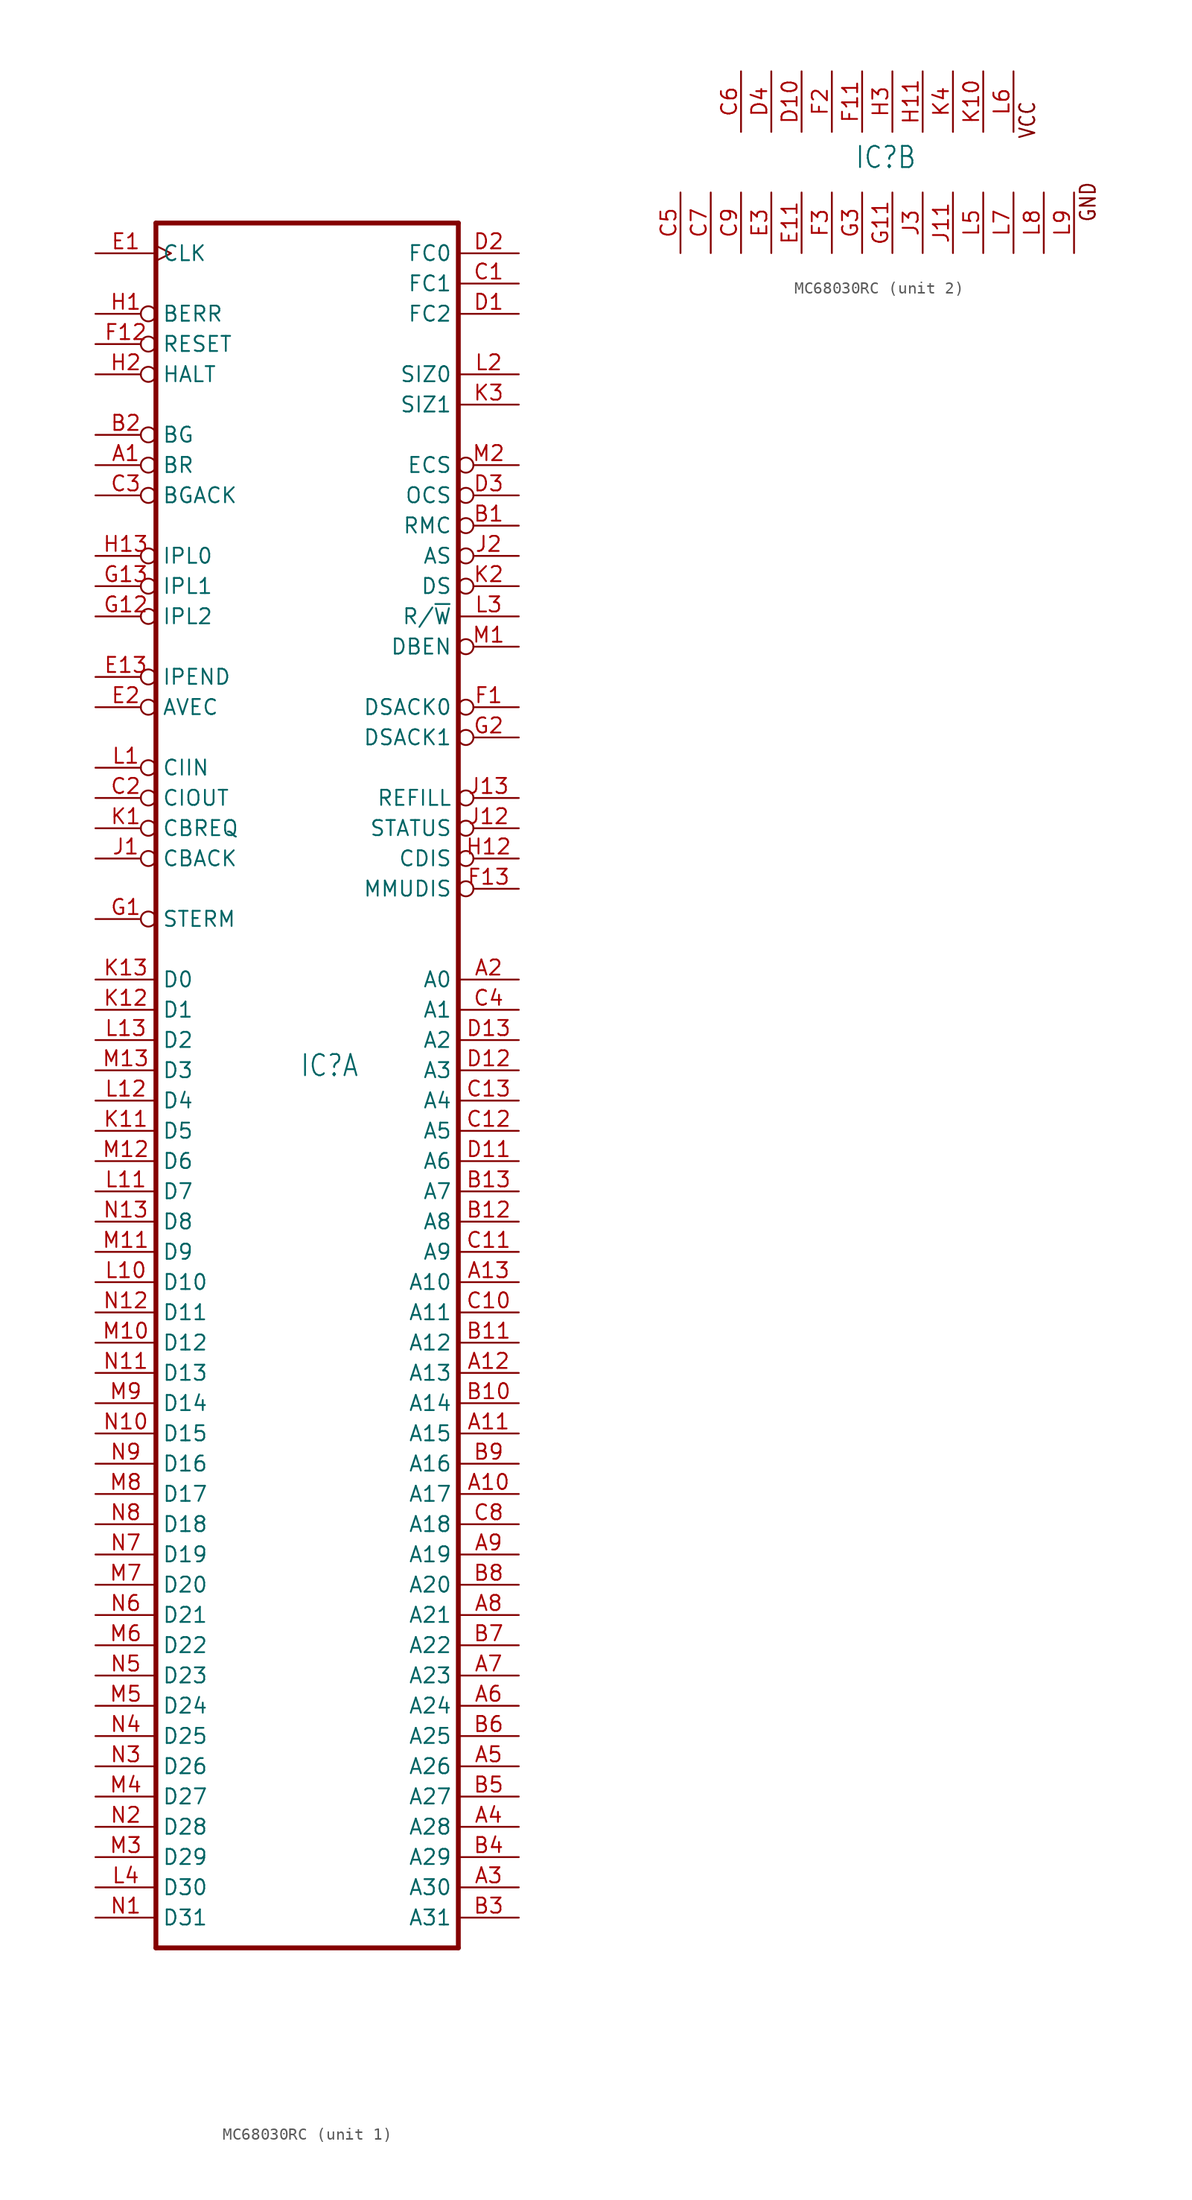
<source format=kicad_sym>
(kicad_symbol_lib
  (version 20231120)
  (generator "kicad_symbol_editor")
  (generator_version "8.0")
  (symbol "MC68030RC"
    (property "Reference" "IC"
      (at -0.635 -0.635 0)
      (effects (font (size 1.778 1.511)) (justify left bottom)))
    (property "ki_locked" ""
      (at 0 0 0)
      (effects (font (size 1.27 1.27))))
    (symbol "MC68030RC_1_0"
      (polyline (pts (xy -12.7 -73.66) (xy -12.7 71.12)) (stroke (width 0.406) (type default)) (fill (type none)))
      (polyline (pts (xy -12.7 -73.66) (xy 12.7 -73.66)) (stroke (width 0.406) (type default)) (fill (type none)))
      (polyline (pts (xy 12.7 71.12) (xy -12.7 71.12)) (stroke (width 0.406) (type default)) (fill (type none)))
      (polyline (pts (xy 12.7 71.12) (xy 12.7 -73.66)) (stroke (width 0.406) (type default)) (fill (type none)))
      (pin input inverted (at -17.78 50.8 0) (length 5.08) (name "BR" (effects (font (size 1.27 1.27)))) (number "A1" (effects (font (size 1.27 1.27)))))
      (pin output line (at 17.78 -35.56 180) (length 5.08) (name "A17" (effects (font (size 1.27 1.27)))) (number "A10" (effects (font (size 1.27 1.27)))))
      (pin output line (at 17.78 -30.48 180) (length 5.08) (name "A15" (effects (font (size 1.27 1.27)))) (number "A11" (effects (font (size 1.27 1.27)))))
      (pin output line (at 17.78 -25.4 180) (length 5.08) (name "A13" (effects (font (size 1.27 1.27)))) (number "A12" (effects (font (size 1.27 1.27)))))
      (pin output line (at 17.78 -17.78 180) (length 5.08) (name "A10" (effects (font (size 1.27 1.27)))) (number "A13" (effects (font (size 1.27 1.27)))))
      (pin output line (at 17.78 7.62 180) (length 5.08) (name "A0" (effects (font (size 1.27 1.27)))) (number "A2" (effects (font (size 1.27 1.27)))))
      (pin output line (at 17.78 -68.58 180) (length 5.08) (name "A30" (effects (font (size 1.27 1.27)))) (number "A3" (effects (font (size 1.27 1.27)))))
      (pin output line (at 17.78 -63.5 180) (length 5.08) (name "A28" (effects (font (size 1.27 1.27)))) (number "A4" (effects (font (size 1.27 1.27)))))
      (pin output line (at 17.78 -58.42 180) (length 5.08) (name "A26" (effects (font (size 1.27 1.27)))) (number "A5" (effects (font (size 1.27 1.27)))))
      (pin output line (at 17.78 -53.34 180) (length 5.08) (name "A24" (effects (font (size 1.27 1.27)))) (number "A6" (effects (font (size 1.27 1.27)))))
      (pin output line (at 17.78 -50.8 180) (length 5.08) (name "A23" (effects (font (size 1.27 1.27)))) (number "A7" (effects (font (size 1.27 1.27)))))
      (pin output line (at 17.78 -45.72 180) (length 5.08) (name "A21" (effects (font (size 1.27 1.27)))) (number "A8" (effects (font (size 1.27 1.27)))))
      (pin output line (at 17.78 -40.64 180) (length 5.08) (name "A19" (effects (font (size 1.27 1.27)))) (number "A9" (effects (font (size 1.27 1.27)))))
      (pin output inverted (at 17.78 45.72 180) (length 5.08) (name "RMC" (effects (font (size 1.27 1.27)))) (number "B1" (effects (font (size 1.27 1.27)))))
      (pin output line (at 17.78 -27.94 180) (length 5.08) (name "A14" (effects (font (size 1.27 1.27)))) (number "B10" (effects (font (size 1.27 1.27)))))
      (pin output line (at 17.78 -22.86 180) (length 5.08) (name "A12" (effects (font (size 1.27 1.27)))) (number "B11" (effects (font (size 1.27 1.27)))))
      (pin output line (at 17.78 -12.7 180) (length 5.08) (name "A8" (effects (font (size 1.27 1.27)))) (number "B12" (effects (font (size 1.27 1.27)))))
      (pin output line (at 17.78 -10.16 180) (length 5.08) (name "A7" (effects (font (size 1.27 1.27)))) (number "B13" (effects (font (size 1.27 1.27)))))
      (pin output inverted (at -17.78 53.34 0) (length 5.08) (name "BG" (effects (font (size 1.27 1.27)))) (number "B2" (effects (font (size 1.27 1.27)))))
      (pin output line (at 17.78 -71.12 180) (length 5.08) (name "A31" (effects (font (size 1.27 1.27)))) (number "B3" (effects (font (size 1.27 1.27)))))
      (pin output line (at 17.78 -66.04 180) (length 5.08) (name "A29" (effects (font (size 1.27 1.27)))) (number "B4" (effects (font (size 1.27 1.27)))))
      (pin output line (at 17.78 -60.96 180) (length 5.08) (name "A27" (effects (font (size 1.27 1.27)))) (number "B5" (effects (font (size 1.27 1.27)))))
      (pin output line (at 17.78 -55.88 180) (length 5.08) (name "A25" (effects (font (size 1.27 1.27)))) (number "B6" (effects (font (size 1.27 1.27)))))
      (pin output line (at 17.78 -48.26 180) (length 5.08) (name "A22" (effects (font (size 1.27 1.27)))) (number "B7" (effects (font (size 1.27 1.27)))))
      (pin output line (at 17.78 -43.18 180) (length 5.08) (name "A20" (effects (font (size 1.27 1.27)))) (number "B8" (effects (font (size 1.27 1.27)))))
      (pin output line (at 17.78 -33.02 180) (length 5.08) (name "A16" (effects (font (size 1.27 1.27)))) (number "B9" (effects (font (size 1.27 1.27)))))
      (pin output line (at 17.78 66.04 180) (length 5.08) (name "FC1" (effects (font (size 1.27 1.27)))) (number "C1" (effects (font (size 1.27 1.27)))))
      (pin output line (at 17.78 -20.32 180) (length 5.08) (name "A11" (effects (font (size 1.27 1.27)))) (number "C10" (effects (font (size 1.27 1.27)))))
      (pin output line (at 17.78 -15.24 180) (length 5.08) (name "A9" (effects (font (size 1.27 1.27)))) (number "C11" (effects (font (size 1.27 1.27)))))
      (pin output line (at 17.78 -5.08 180) (length 5.08) (name "A5" (effects (font (size 1.27 1.27)))) (number "C12" (effects (font (size 1.27 1.27)))))
      (pin output line (at 17.78 -2.54 180) (length 5.08) (name "A4" (effects (font (size 1.27 1.27)))) (number "C13" (effects (font (size 1.27 1.27)))))
      (pin output inverted (at -17.78 22.86 0) (length 5.08) (name "CIOUT" (effects (font (size 1.27 1.27)))) (number "C2" (effects (font (size 1.27 1.27)))))
      (pin input inverted (at -17.78 48.26 0) (length 5.08) (name "BGACK" (effects (font (size 1.27 1.27)))) (number "C3" (effects (font (size 1.27 1.27)))))
      (pin output line (at 17.78 5.08 180) (length 5.08) (name "A1" (effects (font (size 1.27 1.27)))) (number "C4" (effects (font (size 1.27 1.27)))))
      (pin output line (at 17.78 -38.1 180) (length 5.08) (name "A18" (effects (font (size 1.27 1.27)))) (number "C8" (effects (font (size 1.27 1.27)))))
      (pin output line (at 17.78 63.5 180) (length 5.08) (name "FC2" (effects (font (size 1.27 1.27)))) (number "D1" (effects (font (size 1.27 1.27)))))
      (pin output line (at 17.78 -7.62 180) (length 5.08) (name "A6" (effects (font (size 1.27 1.27)))) (number "D11" (effects (font (size 1.27 1.27)))))
      (pin output line (at 17.78 0 180) (length 5.08) (name "A3" (effects (font (size 1.27 1.27)))) (number "D12" (effects (font (size 1.27 1.27)))))
      (pin output line (at 17.78 2.54 180) (length 5.08) (name "A2" (effects (font (size 1.27 1.27)))) (number "D13" (effects (font (size 1.27 1.27)))))
      (pin output line (at 17.78 68.58 180) (length 5.08) (name "FC0" (effects (font (size 1.27 1.27)))) (number "D2" (effects (font (size 1.27 1.27)))))
      (pin output inverted (at 17.78 48.26 180) (length 5.08) (name "OCS" (effects (font (size 1.27 1.27)))) (number "D3" (effects (font (size 1.27 1.27)))))
      (pin no_connect line (at 17.78 11.43 180) (length 5.08) hide (name "NC" (effects (font (size 1.27 1.27)))) (number "D5" (effects (font (size 1.27 1.27)))))
      (pin input clock (at -17.78 68.58 0) (length 5.08) (name "CLK" (effects (font (size 1.27 1.27)))) (number "E1" (effects (font (size 1.27 1.27)))))
      (pin no_connect line (at 17.78 11.43 180) (length 5.08) hide (name "NC" (effects (font (size 1.27 1.27)))) (number "E12" (effects (font (size 1.27 1.27)))))
      (pin output inverted (at -17.78 33.02 0) (length 5.08) (name "IPEND" (effects (font (size 1.27 1.27)))) (number "E13" (effects (font (size 1.27 1.27)))))
      (pin input inverted (at -17.78 30.48 0) (length 5.08) (name "AVEC" (effects (font (size 1.27 1.27)))) (number "E2" (effects (font (size 1.27 1.27)))))
      (pin input inverted (at 17.78 30.48 180) (length 5.08) (name "DSACK0" (effects (font (size 1.27 1.27)))) (number "F1" (effects (font (size 1.27 1.27)))))
      (pin no_connect line (at 17.78 11.43 180) (length 5.08) hide (name "NC" (effects (font (size 1.27 1.27)))) (number "F10" (effects (font (size 1.27 1.27)))))
      (pin bidirectional inverted (at -17.78 60.96 0) (length 5.08) (name "RESET" (effects (font (size 1.27 1.27)))) (number "F12" (effects (font (size 1.27 1.27)))))
      (pin input inverted (at 17.78 15.24 180) (length 5.08) (name "MMUDIS" (effects (font (size 1.27 1.27)))) (number "F13" (effects (font (size 1.27 1.27)))))
      (pin no_connect line (at 17.78 11.43 180) (length 5.08) hide (name "NC" (effects (font (size 1.27 1.27)))) (number "F4" (effects (font (size 1.27 1.27)))))
      (pin input inverted (at -17.78 12.7 0) (length 5.08) (name "STERM" (effects (font (size 1.27 1.27)))) (number "G1" (effects (font (size 1.27 1.27)))))
      (pin input inverted (at -17.78 38.1 0) (length 5.08) (name "IPL2" (effects (font (size 1.27 1.27)))) (number "G12" (effects (font (size 1.27 1.27)))))
      (pin input inverted (at -17.78 40.64 0) (length 5.08) (name "IPL1" (effects (font (size 1.27 1.27)))) (number "G13" (effects (font (size 1.27 1.27)))))
      (pin input inverted (at 17.78 27.94 180) (length 5.08) (name "DSACK1" (effects (font (size 1.27 1.27)))) (number "G2" (effects (font (size 1.27 1.27)))))
      (pin input inverted (at -17.78 63.5 0) (length 5.08) (name "BERR" (effects (font (size 1.27 1.27)))) (number "H1" (effects (font (size 1.27 1.27)))))
      (pin input inverted (at 17.78 17.78 180) (length 5.08) (name "CDIS" (effects (font (size 1.27 1.27)))) (number "H12" (effects (font (size 1.27 1.27)))))
      (pin input inverted (at -17.78 43.18 0) (length 5.08) (name "IPL0" (effects (font (size 1.27 1.27)))) (number "H13" (effects (font (size 1.27 1.27)))))
      (pin input inverted (at -17.78 58.42 0) (length 5.08) (name "HALT" (effects (font (size 1.27 1.27)))) (number "H2" (effects (font (size 1.27 1.27)))))
      (pin input inverted (at -17.78 17.78 0) (length 5.08) (name "CBACK" (effects (font (size 1.27 1.27)))) (number "J1" (effects (font (size 1.27 1.27)))))
      (pin output inverted (at 17.78 20.32 180) (length 5.08) (name "STATUS" (effects (font (size 1.27 1.27)))) (number "J12" (effects (font (size 1.27 1.27)))))
      (pin output inverted (at 17.78 22.86 180) (length 5.08) (name "REFILL" (effects (font (size 1.27 1.27)))) (number "J13" (effects (font (size 1.27 1.27)))))
      (pin output inverted (at 17.78 43.18 180) (length 5.08) (name "AS" (effects (font (size 1.27 1.27)))) (number "J2" (effects (font (size 1.27 1.27)))))
      (pin output inverted (at -17.78 20.32 0) (length 5.08) (name "CBREQ" (effects (font (size 1.27 1.27)))) (number "K1" (effects (font (size 1.27 1.27)))))
      (pin bidirectional line (at -17.78 -5.08 0) (length 5.08) (name "D5" (effects (font (size 1.27 1.27)))) (number "K11" (effects (font (size 1.27 1.27)))))
      (pin bidirectional line (at -17.78 5.08 0) (length 5.08) (name "D1" (effects (font (size 1.27 1.27)))) (number "K12" (effects (font (size 1.27 1.27)))))
      (pin bidirectional line (at -17.78 7.62 0) (length 5.08) (name "D0" (effects (font (size 1.27 1.27)))) (number "K13" (effects (font (size 1.27 1.27)))))
      (pin output inverted (at 17.78 40.64 180) (length 5.08) (name "DS" (effects (font (size 1.27 1.27)))) (number "K2" (effects (font (size 1.27 1.27)))))
      (pin output line (at 17.78 55.88 180) (length 5.08) (name "SIZ1" (effects (font (size 1.27 1.27)))) (number "K3" (effects (font (size 1.27 1.27)))))
      (pin no_connect line (at 17.78 11.43 180) (length 5.08) hide (name "NC" (effects (font (size 1.27 1.27)))) (number "K5" (effects (font (size 1.27 1.27)))))
      (pin input inverted (at -17.78 25.4 0) (length 5.08) (name "CIIN" (effects (font (size 1.27 1.27)))) (number "L1" (effects (font (size 1.27 1.27)))))
      (pin bidirectional line (at -17.78 -17.78 0) (length 5.08) (name "D10" (effects (font (size 1.27 1.27)))) (number "L10" (effects (font (size 1.27 1.27)))))
      (pin bidirectional line (at -17.78 -10.16 0) (length 5.08) (name "D7" (effects (font (size 1.27 1.27)))) (number "L11" (effects (font (size 1.27 1.27)))))
      (pin bidirectional line (at -17.78 -2.54 0) (length 5.08) (name "D4" (effects (font (size 1.27 1.27)))) (number "L12" (effects (font (size 1.27 1.27)))))
      (pin bidirectional line (at -17.78 2.54 0) (length 5.08) (name "D2" (effects (font (size 1.27 1.27)))) (number "L13" (effects (font (size 1.27 1.27)))))
      (pin output line (at 17.78 58.42 180) (length 5.08) (name "SIZ0" (effects (font (size 1.27 1.27)))) (number "L2" (effects (font (size 1.27 1.27)))))
      (pin output line (at 17.78 38.1 180) (length 5.08) (name "R/~{W}" (effects (font (size 1.27 1.27)))) (number "L3" (effects (font (size 1.27 1.27)))))
      (pin bidirectional line (at -17.78 -68.58 0) (length 5.08) (name "D30" (effects (font (size 1.27 1.27)))) (number "L4" (effects (font (size 1.27 1.27)))))
      (pin output inverted (at 17.78 35.56 180) (length 5.08) (name "DBEN" (effects (font (size 1.27 1.27)))) (number "M1" (effects (font (size 1.27 1.27)))))
      (pin bidirectional line (at -17.78 -22.86 0) (length 5.08) (name "D12" (effects (font (size 1.27 1.27)))) (number "M10" (effects (font (size 1.27 1.27)))))
      (pin bidirectional line (at -17.78 -15.24 0) (length 5.08) (name "D9" (effects (font (size 1.27 1.27)))) (number "M11" (effects (font (size 1.27 1.27)))))
      (pin bidirectional line (at -17.78 -7.62 0) (length 5.08) (name "D6" (effects (font (size 1.27 1.27)))) (number "M12" (effects (font (size 1.27 1.27)))))
      (pin bidirectional line (at -17.78 0 0) (length 5.08) (name "D3" (effects (font (size 1.27 1.27)))) (number "M13" (effects (font (size 1.27 1.27)))))
      (pin output inverted (at 17.78 50.8 180) (length 5.08) (name "ECS" (effects (font (size 1.27 1.27)))) (number "M2" (effects (font (size 1.27 1.27)))))
      (pin bidirectional line (at -17.78 -66.04 0) (length 5.08) (name "D29" (effects (font (size 1.27 1.27)))) (number "M3" (effects (font (size 1.27 1.27)))))
      (pin bidirectional line (at -17.78 -60.96 0) (length 5.08) (name "D27" (effects (font (size 1.27 1.27)))) (number "M4" (effects (font (size 1.27 1.27)))))
      (pin bidirectional line (at -17.78 -53.34 0) (length 5.08) (name "D24" (effects (font (size 1.27 1.27)))) (number "M5" (effects (font (size 1.27 1.27)))))
      (pin bidirectional line (at -17.78 -48.26 0) (length 5.08) (name "D22" (effects (font (size 1.27 1.27)))) (number "M6" (effects (font (size 1.27 1.27)))))
      (pin bidirectional line (at -17.78 -43.18 0) (length 5.08) (name "D20" (effects (font (size 1.27 1.27)))) (number "M7" (effects (font (size 1.27 1.27)))))
      (pin bidirectional line (at -17.78 -35.56 0) (length 5.08) (name "D17" (effects (font (size 1.27 1.27)))) (number "M8" (effects (font (size 1.27 1.27)))))
      (pin bidirectional line (at -17.78 -27.94 0) (length 5.08) (name "D14" (effects (font (size 1.27 1.27)))) (number "M9" (effects (font (size 1.27 1.27)))))
      (pin bidirectional line (at -17.78 -71.12 0) (length 5.08) (name "D31" (effects (font (size 1.27 1.27)))) (number "N1" (effects (font (size 1.27 1.27)))))
      (pin bidirectional line (at -17.78 -30.48 0) (length 5.08) (name "D15" (effects (font (size 1.27 1.27)))) (number "N10" (effects (font (size 1.27 1.27)))))
      (pin bidirectional line (at -17.78 -25.4 0) (length 5.08) (name "D13" (effects (font (size 1.27 1.27)))) (number "N11" (effects (font (size 1.27 1.27)))))
      (pin bidirectional line (at -17.78 -20.32 0) (length 5.08) (name "D11" (effects (font (size 1.27 1.27)))) (number "N12" (effects (font (size 1.27 1.27)))))
      (pin bidirectional line (at -17.78 -12.7 0) (length 5.08) (name "D8" (effects (font (size 1.27 1.27)))) (number "N13" (effects (font (size 1.27 1.27)))))
      (pin bidirectional line (at -17.78 -63.5 0) (length 5.08) (name "D28" (effects (font (size 1.27 1.27)))) (number "N2" (effects (font (size 1.27 1.27)))))
      (pin bidirectional line (at -17.78 -58.42 0) (length 5.08) (name "D26" (effects (font (size 1.27 1.27)))) (number "N3" (effects (font (size 1.27 1.27)))))
      (pin bidirectional line (at -17.78 -55.88 0) (length 5.08) (name "D25" (effects (font (size 1.27 1.27)))) (number "N4" (effects (font (size 1.27 1.27)))))
      (pin bidirectional line (at -17.78 -50.8 0) (length 5.08) (name "D23" (effects (font (size 1.27 1.27)))) (number "N5" (effects (font (size 1.27 1.27)))))
      (pin bidirectional line (at -17.78 -45.72 0) (length 5.08) (name "D21" (effects (font (size 1.27 1.27)))) (number "N6" (effects (font (size 1.27 1.27)))))
      (pin bidirectional line (at -17.78 -40.64 0) (length 5.08) (name "D19" (effects (font (size 1.27 1.27)))) (number "N7" (effects (font (size 1.27 1.27)))))
      (pin bidirectional line (at -17.78 -38.1 0) (length 5.08) (name "D18" (effects (font (size 1.27 1.27)))) (number "N8" (effects (font (size 1.27 1.27)))))
      (pin bidirectional line (at -17.78 -33.02 0) (length 5.08) (name "D16" (effects (font (size 1.27 1.27)))) (number "N9" (effects (font (size 1.27 1.27))))))
    (symbol "MC68030RC_2_0"
      (text "GND" (at 19.685 -5.08 900) (effects (font (size 1.27 1.079)) (justify left bottom)))
      (text "VCC" (at 14.605 1.905 900) (effects (font (size 1.27 1.079)) (justify left bottom)))
      (pin power_in line (at -15.24 -7.62 90) (length 5.08) (name "GND@1" (effects (font (size 0 0)))) (number "C5" (effects (font (size 1.27 1.27)))))
      (pin power_in line (at -10.16 7.62 270) (length 5.08) (name "VCC@1" (effects (font (size 0 0)))) (number "C6" (effects (font (size 1.27 1.27)))))
      (pin power_in line (at -12.7 -7.62 90) (length 5.08) (name "GND@2" (effects (font (size 0 0)))) (number "C7" (effects (font (size 1.27 1.27)))))
      (pin power_in line (at -10.16 -7.62 90) (length 5.08) (name "GND@3" (effects (font (size 0 0)))) (number "C9" (effects (font (size 1.27 1.27)))))
      (pin power_in line (at -5.08 7.62 270) (length 5.08) (name "VCC@3" (effects (font (size 0 0)))) (number "D10" (effects (font (size 1.27 1.27)))))
      (pin power_in line (at -7.62 7.62 270) (length 5.08) (name "VCC@2" (effects (font (size 0 0)))) (number "D4" (effects (font (size 1.27 1.27)))))
      (pin power_in line (at -5.08 -7.62 90) (length 5.08) (name "GND@5" (effects (font (size 0 0)))) (number "E11" (effects (font (size 1.27 1.27)))))
      (pin power_in line (at -7.62 -7.62 90) (length 5.08) (name "GND@4" (effects (font (size 0 0)))) (number "E3" (effects (font (size 1.27 1.27)))))
      (pin power_in line (at 0 7.62 270) (length 5.08) (name "VCC@5" (effects (font (size 0 0)))) (number "F11" (effects (font (size 1.27 1.27)))))
      (pin power_in line (at -2.54 7.62 270) (length 5.08) (name "VCC@4" (effects (font (size 0 0)))) (number "F2" (effects (font (size 1.27 1.27)))))
      (pin power_in line (at -2.54 -7.62 90) (length 5.08) (name "GND@6" (effects (font (size 0 0)))) (number "F3" (effects (font (size 1.27 1.27)))))
      (pin power_in line (at 2.54 -7.62 90) (length 5.08) (name "GND@8" (effects (font (size 0 0)))) (number "G11" (effects (font (size 1.27 1.27)))))
      (pin power_in line (at 0 -7.62 90) (length 5.08) (name "GND@7" (effects (font (size 0 0)))) (number "G3" (effects (font (size 1.27 1.27)))))
      (pin power_in line (at 5.08 7.62 270) (length 5.08) (name "VCC@7" (effects (font (size 0 0)))) (number "H11" (effects (font (size 1.27 1.27)))))
      (pin power_in line (at 2.54 7.62 270) (length 5.08) (name "VCC@6" (effects (font (size 0 0)))) (number "H3" (effects (font (size 1.27 1.27)))))
      (pin power_in line (at 7.62 -7.62 90) (length 5.08) (name "GND@10" (effects (font (size 0 0)))) (number "J11" (effects (font (size 1.27 1.27)))))
      (pin power_in line (at 5.08 -7.62 90) (length 5.08) (name "GND@9" (effects (font (size 0 0)))) (number "J3" (effects (font (size 1.27 1.27)))))
      (pin power_in line (at 10.16 7.62 270) (length 5.08) (name "VCC@9" (effects (font (size 0 0)))) (number "K10" (effects (font (size 1.27 1.27)))))
      (pin power_in line (at 7.62 7.62 270) (length 5.08) (name "VCC@8" (effects (font (size 0 0)))) (number "K4" (effects (font (size 1.27 1.27)))))
      (pin power_in line (at 10.16 -7.62 90) (length 5.08) (name "GND@11" (effects (font (size 0 0)))) (number "L5" (effects (font (size 1.27 1.27)))))
      (pin power_in line (at 12.7 7.62 270) (length 5.08) (name "VCC@10" (effects (font (size 0 0)))) (number "L6" (effects (font (size 1.27 1.27)))))
      (pin power_in line (at 12.7 -7.62 90) (length 5.08) (name "GND@12" (effects (font (size 0 0)))) (number "L7" (effects (font (size 1.27 1.27)))))
      (pin power_in line (at 15.24 -7.62 90) (length 5.08) (name "GND@13" (effects (font (size 0 0)))) (number "L8" (effects (font (size 1.27 1.27)))))
      (pin power_in line (at 17.78 -7.62 90) (length 5.08) (name "GND@14" (effects (font (size 0 0)))) (number "L9" (effects (font (size 1.27 1.27))))))))
</source>
